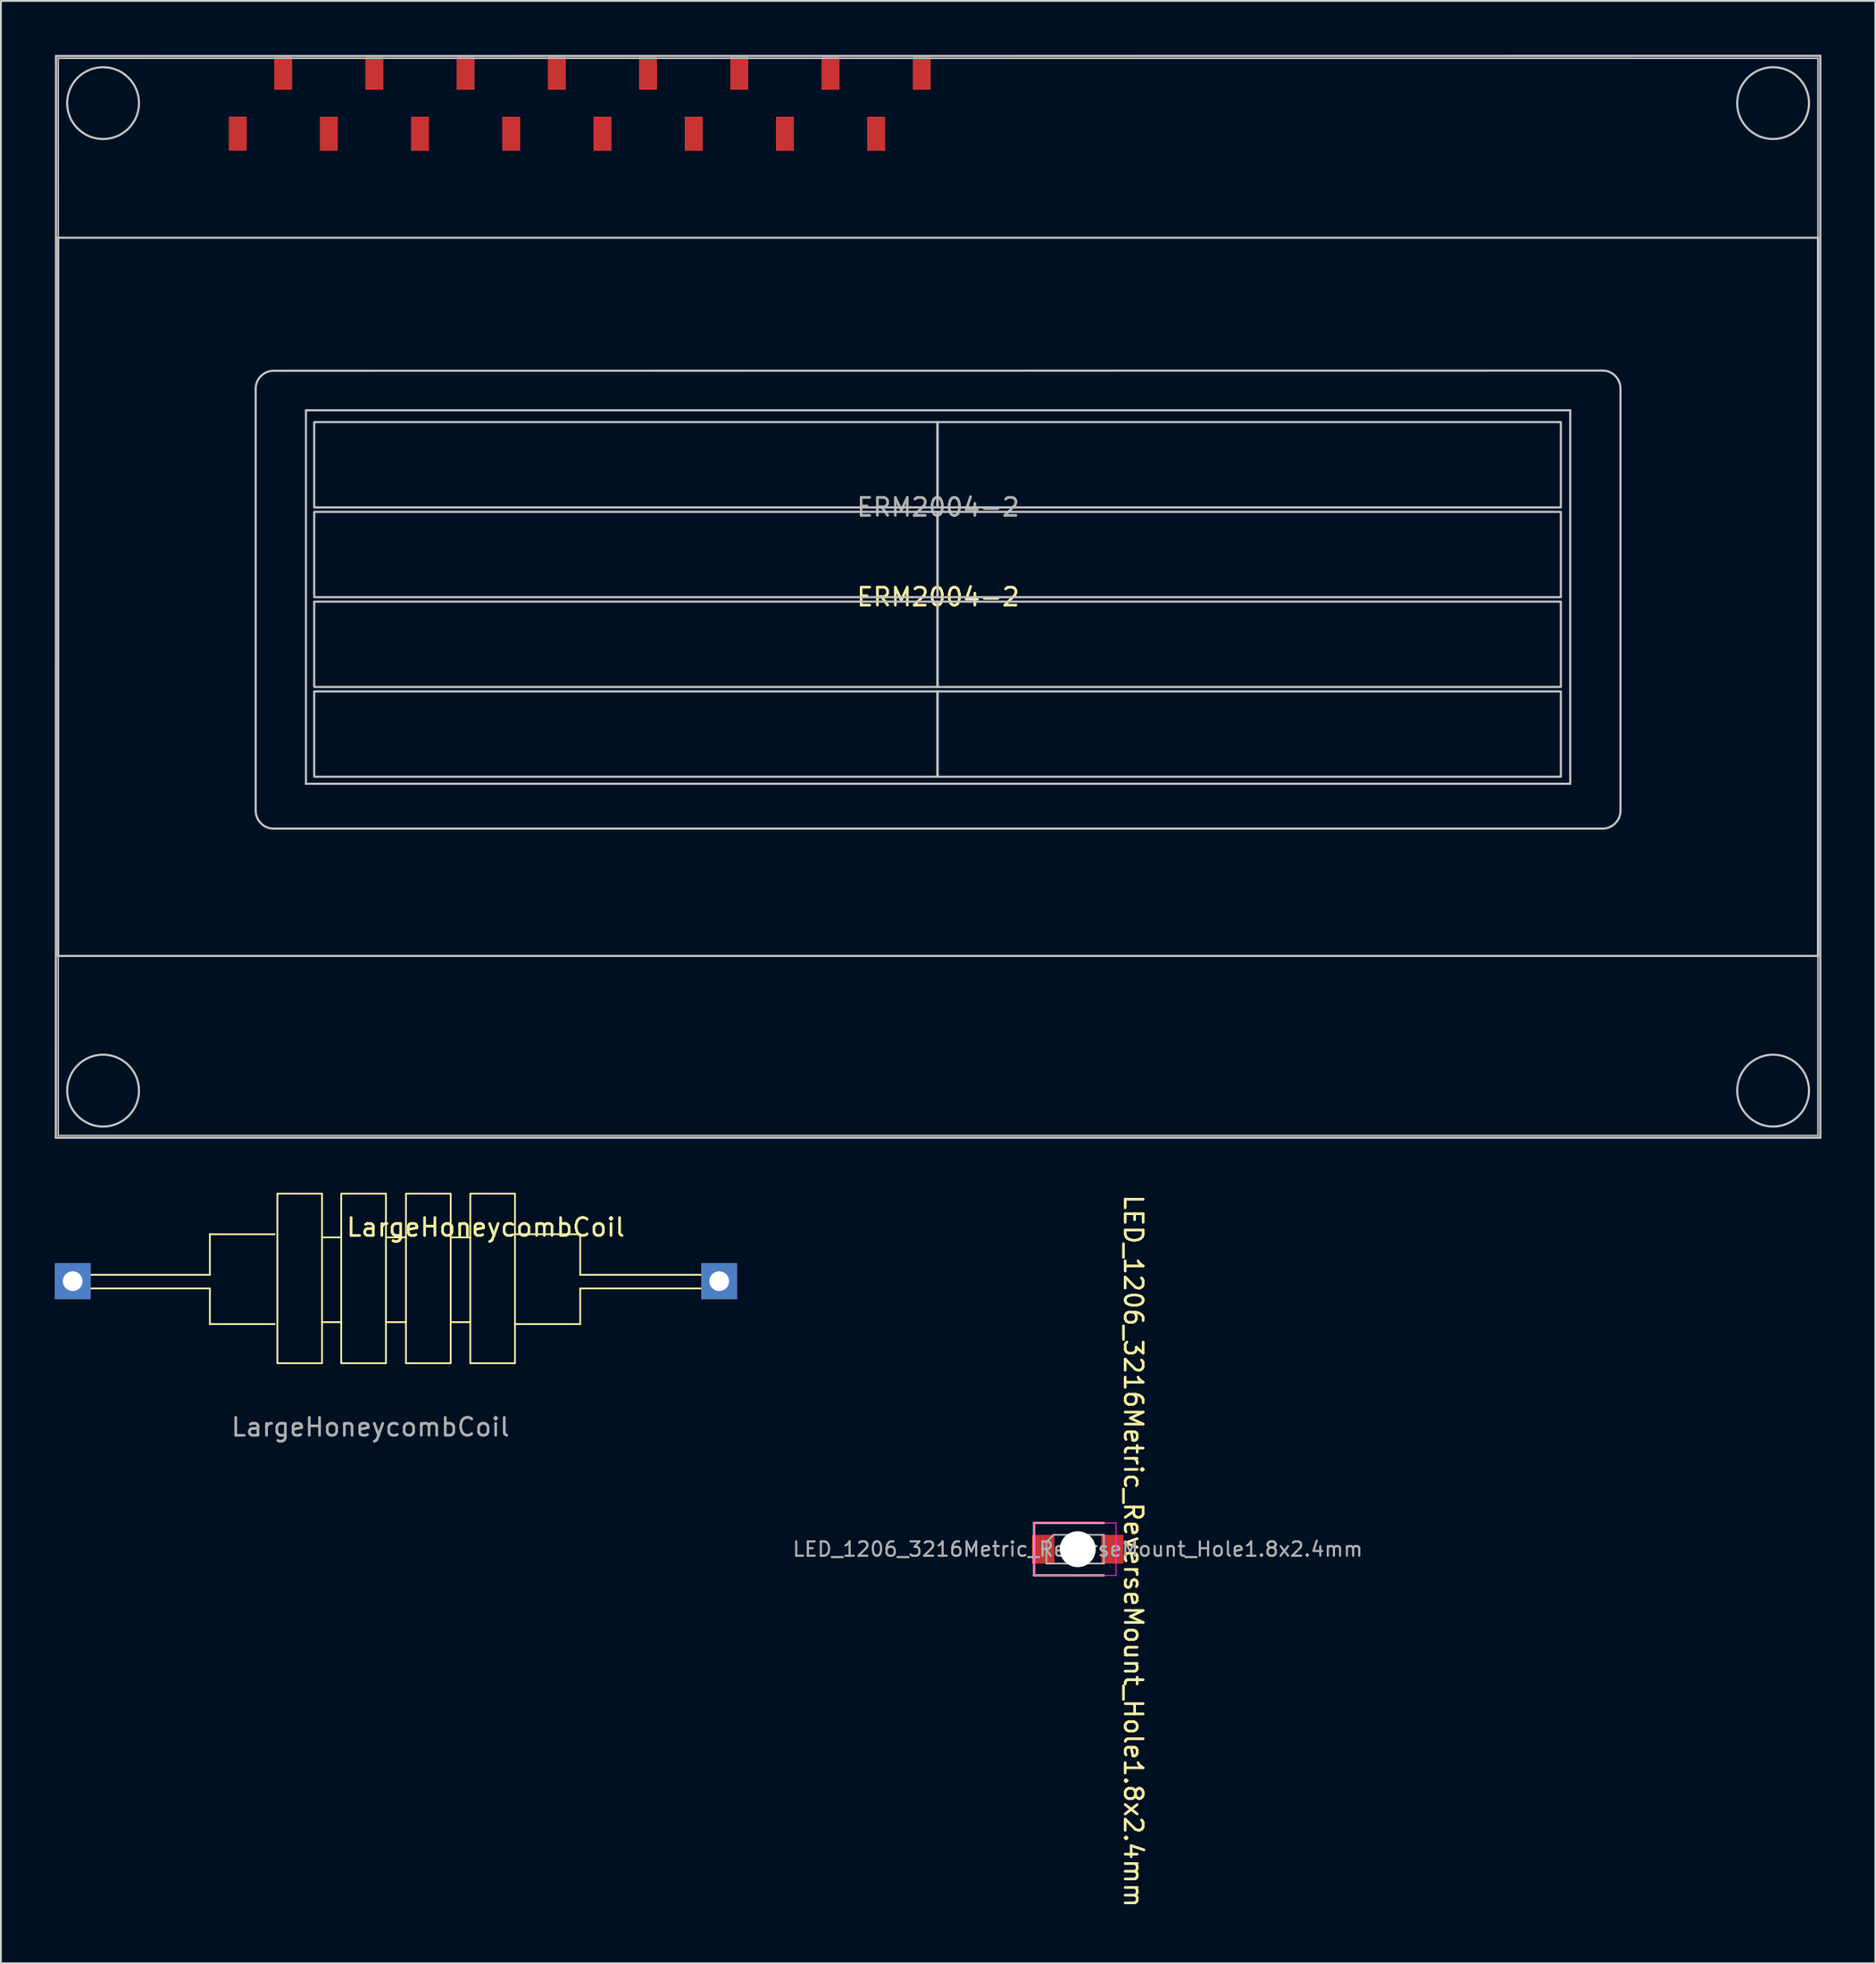
<source format=kicad_pcb>
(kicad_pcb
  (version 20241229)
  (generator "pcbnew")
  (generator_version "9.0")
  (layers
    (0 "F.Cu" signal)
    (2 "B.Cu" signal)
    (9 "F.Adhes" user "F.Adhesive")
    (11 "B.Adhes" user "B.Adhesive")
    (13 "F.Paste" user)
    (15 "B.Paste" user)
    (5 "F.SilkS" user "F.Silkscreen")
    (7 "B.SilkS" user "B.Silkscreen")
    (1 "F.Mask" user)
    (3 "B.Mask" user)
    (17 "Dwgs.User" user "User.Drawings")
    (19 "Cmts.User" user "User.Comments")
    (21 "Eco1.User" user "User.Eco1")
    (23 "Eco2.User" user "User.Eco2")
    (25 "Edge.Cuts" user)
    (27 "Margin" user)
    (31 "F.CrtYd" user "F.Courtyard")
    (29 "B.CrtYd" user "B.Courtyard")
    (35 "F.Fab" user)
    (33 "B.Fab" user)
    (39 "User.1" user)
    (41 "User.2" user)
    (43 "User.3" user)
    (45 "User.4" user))
  (footprint "ERM2004-2"
    (layer "F.Cu")
    (at 49.159 30.21)
    (property "Reference" "ERM2004-2" (at 0.031 -0.01 0) (layer "F.SilkS") (effects (font (size 1 1) (thickness 0.15))))
    (attr smd)
    (fp_line (start -49.099 30.11) (end 49.161 30.11) (stroke (width 0.12) (type solid)) (layer "Dwgs.User"))
    (fp_line (start -49.089 -30.14) (end -49.099 30.11) (stroke (width 0.12) (type solid)) (layer "Dwgs.User"))
    (fp_line (start -49.089 -30.14) (end 49.161 -30.15) (stroke (width 0.12) (type solid)) (layer "Dwgs.User"))
    (fp_line (start -48.969 -20.017) (end -48.969 19.983) (stroke (width 0.12) (type solid)) (layer "Dwgs.User"))
    (fp_line (start -48.969 -20.017) (end 49.031 -20.017) (stroke (width 0.12) (type solid)) (layer "Dwgs.User"))
    (fp_line (start -37.969 -11.61) (end -37.969 11.89) (stroke (width 0.12) (type solid)) (layer "Dwgs.User"))
    (fp_line (start -36.969 -12.61) (end 37.031 -12.62) (stroke (width 0.12) (type solid)) (layer "Dwgs.User"))
    (fp_line (start -36.969 12.89) (end 37.031 12.89) (stroke (width 0.12) (type solid)) (layer "Dwgs.User"))
    (fp_line (start -35.169 -10.41) (end -35.169 10.39) (stroke (width 0.12) (type solid)) (layer "Dwgs.User"))
    (fp_line (start -35.169 -10.41) (end 35.231 -10.41) (stroke (width 0.12) (type solid)) (layer "Dwgs.User"))
    (fp_line (start -35.169 10.39) (end 35.231 10.39) (stroke (width 0.12) (type solid)) (layer "Dwgs.User"))
    (fp_line (start 35.231 -10.41) (end 35.231 10.39) (stroke (width 0.12) (type solid)) (layer "Dwgs.User"))
    (fp_line (start 38.031 -11.62) (end 38.031 11.89) (stroke (width 0.12) (type solid)) (layer "Dwgs.User"))
    (fp_line (start 49.031 -20.017) (end 49.031 19.983) (stroke (width 0.12) (type solid)) (layer "Dwgs.User"))
    (fp_line (start 49.031 19.983) (end -48.969 19.983) (stroke (width 0.12) (type solid)) (layer "Dwgs.User"))
    (fp_line (start 49.161 -30.15) (end 49.161 30.11) (stroke (width 0.12) (type solid)) (layer "Dwgs.User"))
    (fp_rect (start -34.711 -9.751) (end 0 -5) (stroke (width 0.12) (type default)) (fill no) (layer "Dwgs.User"))
    (fp_rect (start -34.711 -4.751) (end 0 0) (stroke (width 0.12) (type default)) (fill no) (layer "Dwgs.User"))
    (fp_rect (start -34.711 0.249) (end 0 5) (stroke (width 0.12) (type default)) (fill no) (layer "Dwgs.User"))
    (fp_rect (start -34.711 5.249) (end 0 10) (stroke (width 0.12) (type default)) (fill no) (layer "Dwgs.User"))
    (fp_rect (start 0 -9.751) (end 34.711 -5) (stroke (width 0.12) (type default)) (fill no) (layer "Dwgs.User"))
    (fp_rect (start 0 -4.751) (end 34.711 0) (stroke (width 0.12) (type default)) (fill no) (layer "Dwgs.User"))
    (fp_rect (start 0 0.249) (end 34.711 5) (stroke (width 0.12) (type default)) (fill no) (layer "Dwgs.User"))
    (fp_rect (start 0 5.249) (end 34.711 10) (stroke (width 0.12) (type default)) (fill no) (layer "Dwgs.User"))
    (fp_arc (start -37.969 -11.6098) (mid -37.676107 -12.316907) (end -36.969 -12.6098) (stroke (width 0.12) (type solid)) (layer "Dwgs.User"))
    (fp_arc (start -36.969 12.8902) (mid -37.676107 12.597307) (end -37.969 11.8902) (stroke (width 0.12) (type solid)) (layer "Dwgs.User"))
    (fp_arc (start 37.031 -12.6198) (mid 37.738107 -12.326907) (end 38.031 -11.6198) (stroke (width 0.12) (type solid)) (layer "Dwgs.User"))
    (fp_arc (start 38.031 11.8902) (mid 37.738107 12.597307) (end 37.031 12.8902) (stroke (width 0.12) (type solid)) (layer "Dwgs.User"))
    (fp_circle (center -46.469 -27.517) (end -44.469 -27.517) (stroke (width 0.12) (type default)) (fill no) (layer "Dwgs.User"))
    (fp_circle (center -46.469 27.483) (end -44.469 27.483) (stroke (width 0.12) (type default)) (fill no) (layer "Dwgs.User"))
    (fp_circle (center 46.531 -27.517) (end 48.531 -27.517) (stroke (width 0.12) (type default)) (fill no) (layer "Dwgs.User"))
    (fp_circle (center 46.531 27.483) (end 48.531 27.483) (stroke (width 0.12) (type default)) (fill no) (layer "Dwgs.User"))
    (fp_line (start -48.969 -30.017) (end -48.969 29.983) (stroke (width 0.1) (type solid)) (layer "F.Fab"))
    (fp_line (start -48.969 -30.017) (end 49.031 -30.017) (stroke (width 0.1) (type solid)) (layer "F.Fab"))
    (fp_line (start -48.969 29.983) (end 49.031 29.983) (stroke (width 0.1) (type solid)) (layer "F.Fab"))
    (fp_line (start 49.031 -30.017) (end 49.031 29.983) (stroke (width 0.1) (type solid)) (layer "F.Fab"))
    (fp_text user "${REFERENCE}" (at 0.031 -5.01 0) (layer "F.Fab") (effects (font (size 1 1) (thickness 0.15))))
    (pad "1" smd rect (at -38.969 -25.817 270) (size 1.9 1) (layers "F.Cu" "F.Mask" "F.Paste"))
    (pad "2" smd rect (at -36.439 -29.21 270) (size 1.9 1) (layers "F.Cu" "F.Mask" "F.Paste"))
    (pad "3" smd rect (at -33.899 -25.81 270) (size 1.9 1) (layers "F.Cu" "F.Mask" "F.Paste"))
    (pad "4" smd rect (at -31.359 -29.21 270) (size 1.9 1) (layers "F.Cu" "F.Mask" "F.Paste"))
    (pad "5" smd rect (at -28.819 -25.81 270) (size 1.9 1) (layers "F.Cu" "F.Mask" "F.Paste"))
    (pad "6" smd rect (at -26.279 -29.21 270) (size 1.9 1) (layers "F.Cu" "F.Mask" "F.Paste"))
    (pad "7" smd rect (at -23.739 -25.81 270) (size 1.9 1) (layers "F.Cu" "F.Mask" "F.Paste"))
    (pad "8" smd rect (at -21.199 -29.21 270) (size 1.9 1) (layers "F.Cu" "F.Mask" "F.Paste"))
    (pad "9" smd rect (at -18.659 -25.81 270) (size 1.9 1) (layers "F.Cu" "F.Mask" "F.Paste"))
    (pad "10" smd rect (at -16.119 -29.21 270) (size 1.9 1) (layers "F.Cu" "F.Mask" "F.Paste"))
    (pad "11" smd rect (at -13.579 -25.81 270) (size 1.9 1) (layers "F.Cu" "F.Mask" "F.Paste"))
    (pad "12" smd rect (at -11.039 -29.21 270) (size 1.9 1) (layers "F.Cu" "F.Mask" "F.Paste"))
    (pad "13" smd rect (at -8.499 -25.81 270) (size 1.9 1) (layers "F.Cu" "F.Mask" "F.Paste"))
    (pad "14" smd rect (at -5.959 -29.21 270) (size 1.9 1) (layers "F.Cu" "F.Mask" "F.Paste"))
    (pad "15" smd rect (at -3.419 -25.81 270) (size 1.9 1) (layers "F.Cu" "F.Mask" "F.Paste"))
    (pad "16" smd rect (at -0.879 -29.21 270) (size 1.9 1) (layers "F.Cu" "F.Mask" "F.Paste")))
  (footprint "LargeHoneycombCoil"
    (layer "F.Cu")
    (at 19 68.307)
    (property "Reference" "LargeHoneycombCoil" (at 5 -3 0) (layer "F.SilkS") (effects (font (size 1 1) (thickness 0.15))))
    (attr through_hole)
    (fp_line (start -10.363 -2.616) (end -6.756 -2.616) (stroke (width 0.1) (type default)) (layer "F.SilkS"))
    (fp_line (start -10.363 -0.356) (end -16.967 -0.356) (stroke (width 0.1) (type default)) (layer "F.SilkS"))
    (fp_line (start -10.363 -0.356) (end -10.363 -2.616) (stroke (width 0.1) (type default)) (layer "F.SilkS"))
    (fp_line (start -10.363 0.406) (end -16.967 0.406) (stroke (width 0.1) (type default)) (layer "F.SilkS"))
    (fp_line (start -10.363 0.406) (end -10.363 2.388) (stroke (width 0.1) (type default)) (layer "F.SilkS"))
    (fp_line (start -10.363 2.388) (end -6.756 2.388) (stroke (width 0.1) (type default)) (layer "F.SilkS"))
    (fp_line (start -4.115 -2.438) (end -3.048 -2.438) (stroke (width 0.1) (type default)) (layer "F.SilkS"))
    (fp_line (start -4.115 2.286) (end -3.048 2.286) (stroke (width 0.1) (type default)) (layer "F.SilkS"))
    (fp_line (start -0.508 -2.438) (end 0.559 -2.438) (stroke (width 0.1) (type default)) (layer "F.SilkS"))
    (fp_line (start -0.508 2.286) (end 0.559 2.286) (stroke (width 0.1) (type default)) (layer "F.SilkS"))
    (fp_line (start 3.073 -2.438) (end 4.14 -2.438) (stroke (width 0.1) (type default)) (layer "F.SilkS"))
    (fp_line (start 3.073 2.286) (end 4.14 2.286) (stroke (width 0.1) (type default)) (layer "F.SilkS"))
    (fp_line (start 10.262 -2.616) (end 6.655 -2.616) (stroke (width 0.1) (type default)) (layer "F.SilkS"))
    (fp_line (start 10.262 -0.356) (end 10.262 -2.616) (stroke (width 0.1) (type default)) (layer "F.SilkS"))
    (fp_line (start 10.262 -0.356) (end 16.967 -0.356) (stroke (width 0.1) (type default)) (layer "F.SilkS"))
    (fp_line (start 10.262 0.406) (end 10.262 2.388) (stroke (width 0.1) (type default)) (layer "F.SilkS"))
    (fp_line (start 10.262 0.406) (end 16.967 0.406) (stroke (width 0.1) (type default)) (layer "F.SilkS"))
    (fp_line (start 10.262 2.388) (end 6.655 2.388) (stroke (width 0.1) (type default)) (layer "F.SilkS"))
    (fp_rect (start -6.604 -4.877) (end -4.115 4.572) (stroke (width 0.1) (type default)) (fill no) (layer "F.SilkS"))
    (fp_rect (start -3.048 -4.877) (end -0.559 4.572) (stroke (width 0.1) (type default)) (fill no) (layer "F.SilkS"))
    (fp_rect (start 0.559 -4.877) (end 3.048 4.572) (stroke (width 0.1) (type default)) (fill no) (layer "F.SilkS"))
    (fp_rect (start 4.14 -4.877) (end 6.629 4.572) (stroke (width 0.1) (type default)) (fill no) (layer "F.SilkS"))
    (fp_text user "${REFERENCE}" (at -1.422 8.128 0) (layer "F.Fab") (effects (font (size 1 1) (thickness 0.15))))
    (pad "1" thru_hole rect (at -18 0) (size 2 2) (drill 1.1) (layers "*.Cu" "*.Mask"))
    (pad "2" thru_hole rect (at 18 0) (size 2 2) (drill 1.1) (layers "*.Cu" "*.Mask")))
  (footprint "LED_1206_3216Metric_ReverseMount_Hole1.8x2.4mm"
    (layer "F.Cu")
    (at 56.967 83.233)
    (property "Reference" "LED_1206_3216Metric_ReverseMount_Hole1.8x2.4mm" (at 3.097 0.105 270) (unlocked yes) (layer "F.SilkS") (effects (font (size 1 1) (thickness 0.15) (bold yes))))
    (attr smd)
    (fp_line (start -2.43 -1.46) (end -2.43 1.46) (stroke (width 0.12) (type solid)) (layer "F.SilkS"))
    (fp_line (start -2.43 1.46) (end 1.455 1.46) (stroke (width 0.12) (type solid)) (layer "F.SilkS"))
    (fp_line (start 1.455 -1.46) (end -2.43 -1.46) (stroke (width 0.12) (type solid)) (layer "F.SilkS"))
    (fp_line (start -2.425 -1.46) (end 2.135 -1.46) (stroke (width 0.05) (type solid)) (layer "F.CrtYd"))
    (fp_line (start -2.425 1.46) (end -2.425 -1.46) (stroke (width 0.05) (type solid)) (layer "F.CrtYd"))
    (fp_line (start 2.135 -1.46) (end 2.135 1.46) (stroke (width 0.05) (type solid)) (layer "F.CrtYd"))
    (fp_line (start 2.135 1.46) (end -2.425 1.46) (stroke (width 0.05) (type solid)) (layer "F.CrtYd"))
    (fp_line (start -1.745 -0.4) (end -1.745 0.8) (stroke (width 0.1) (type solid)) (layer "F.Fab"))
    (fp_line (start -1.745 0.8) (end 1.455 0.8) (stroke (width 0.1) (type solid)) (layer "F.Fab"))
    (fp_line (start -1.345 -0.8) (end -1.745 -0.4) (stroke (width 0.1) (type solid)) (layer "F.Fab"))
    (fp_line (start 1.455 -0.8) (end -1.345 -0.8) (stroke (width 0.1) (type solid)) (layer "F.Fab"))
    (fp_line (start 1.455 0.8) (end 1.455 -0.8) (stroke (width 0.1) (type solid)) (layer "F.Fab"))
    (fp_text user "${REFERENCE}" (at 0 0 0) (layer "F.Fab") (effects (font (size 0.8 0.8) (thickness 0.12) (bold yes))))
    (pad "" np_thru_hole oval (at 0 0) (size 2 2) (drill oval 2.4 2.3) (layers "*.Cu" "*.Mask"))
    (pad "1" smd rect (at -1.925 -0.000001) (size 1.25 1.6) (layers "F.Cu" "F.Mask" "F.Paste"))
    (pad "2" smd rect (at 1.93 0) (size 1.24 1.6) (layers "F.Cu" "F.Mask" "F.Paste")))
  (gr_rect
    (start -3 -3)
    (end 101.38 106.297)
    (stroke (width 0.1) (type default))
    (fill no)
    (layer "Edge.Cuts")))
</source>
